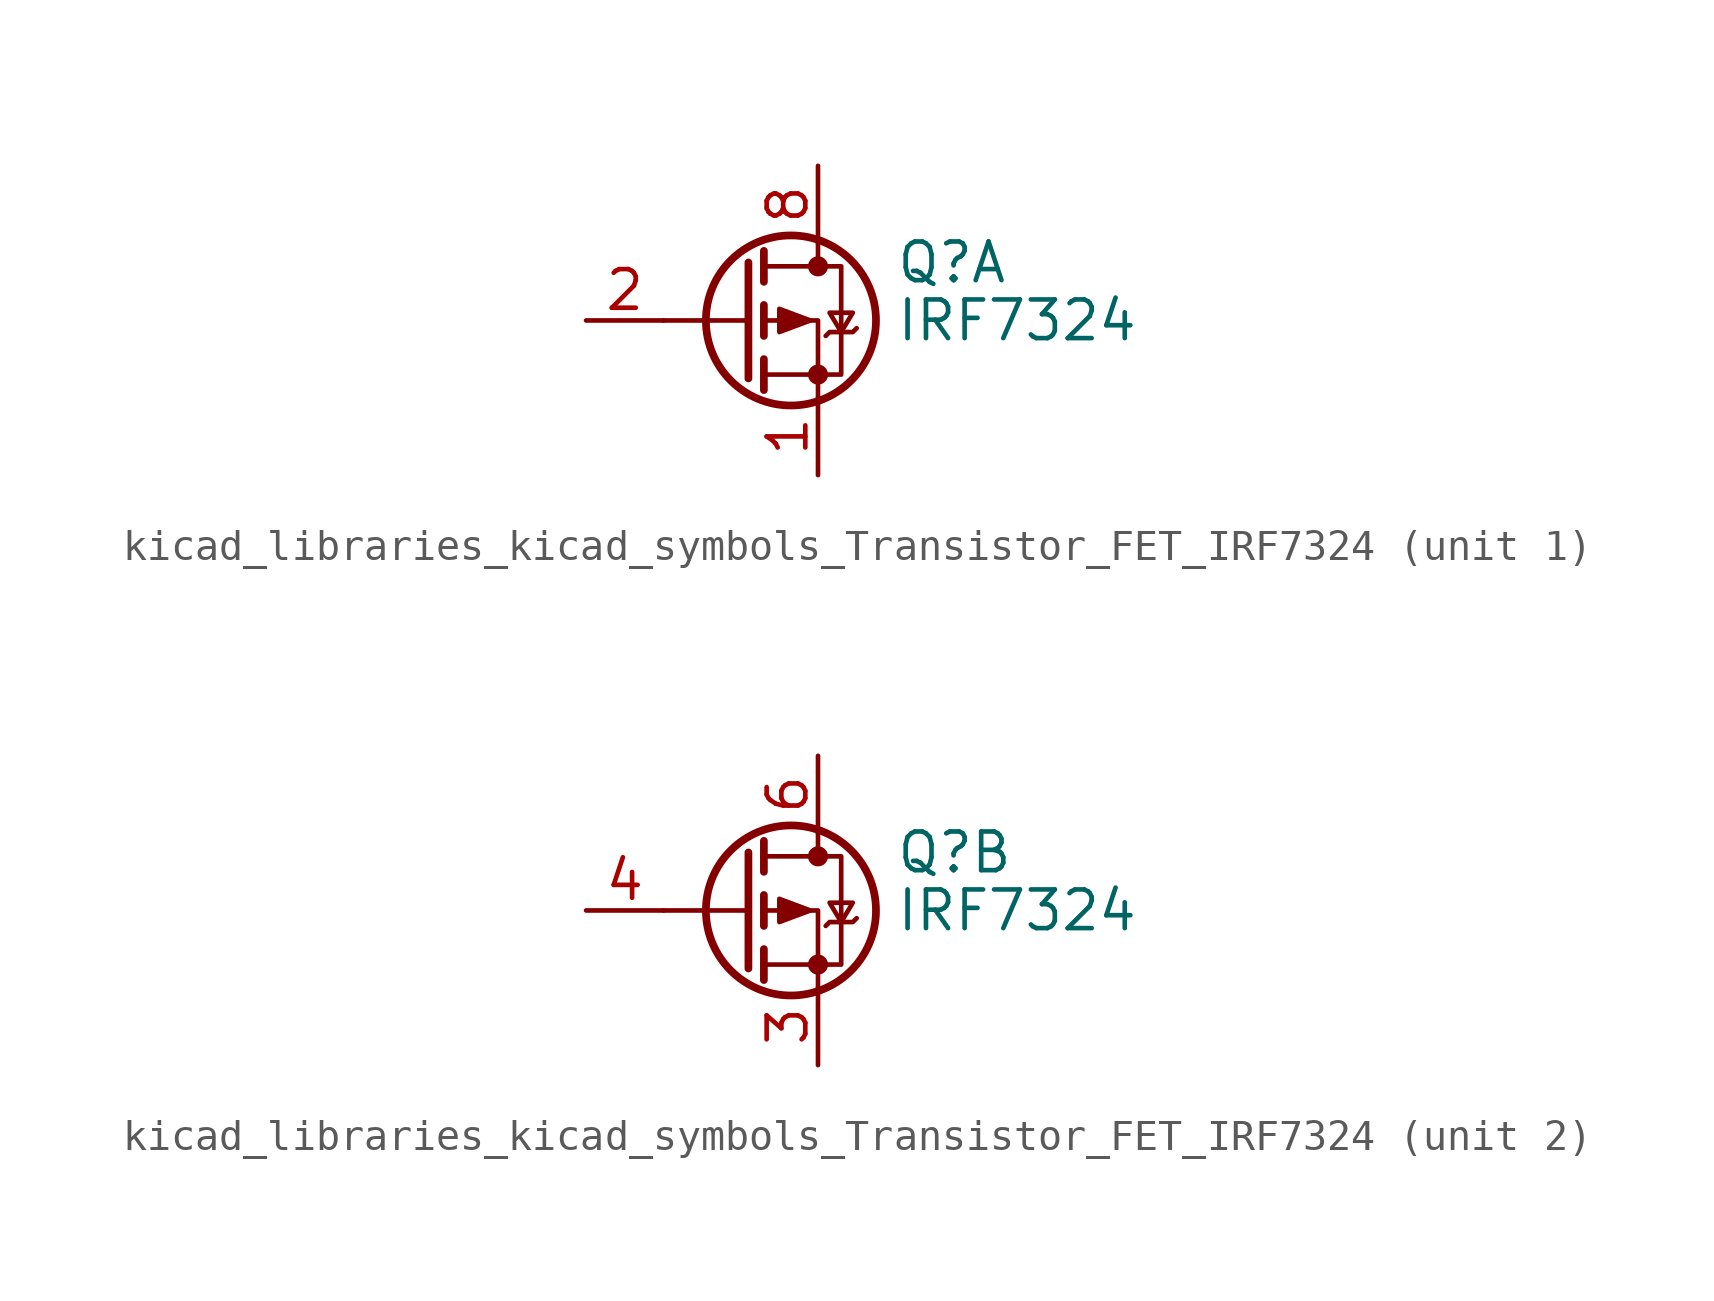
<source format=kicad_sym>
(kicad_symbol_lib
  (version 20220914)
  (generator kicad_symbol_editor)
  (symbol "kicad_libraries_kicad_symbols_Transistor_FET_IRF7324"
    (pin_names hide)
    (property "Reference" "Q"
      (at 5.08 1.905 0)
      (effects (font (size 1.27 1.27)) (justify left)))
    (property "Value" "IRF7324"
      (at 5.08 0 0)
      (effects (font (size 1.27 1.27)) (justify left)))
    (symbol "kicad_libraries_kicad_symbols_Transistor_FET_IRF7324_0_1"
      (polyline (pts (xy 0.254 0) (xy -2.54 0)) (stroke (width 0) (type default)) (fill (type none)))
      (polyline (pts (xy 0.254 1.905) (xy 0.254 -1.905)) (stroke (width 0.254) (type default)) (fill (type none)))
      (polyline (pts (xy 0.762 -1.27) (xy 0.762 -2.286)) (stroke (width 0.254) (type default)) (fill (type none)))
      (polyline (pts (xy 0.762 0.508) (xy 0.762 -0.508)) (stroke (width 0.254) (type default)) (fill (type none)))
      (polyline (pts (xy 0.762 2.286) (xy 0.762 1.27)) (stroke (width 0.254) (type default)) (fill (type none)))
      (polyline (pts (xy 2.54 2.54) (xy 2.54 1.778)) (stroke (width 0) (type default)) (fill (type none)))
      (polyline (pts (xy 2.54 -2.54) (xy 2.54 0) (xy 0.762 0)) (stroke (width 0) (type default)) (fill (type none)))
      (polyline (pts (xy 0.762 1.778) (xy 3.302 1.778) (xy 3.302 -1.778) (xy 0.762 -1.778)) (stroke (width 0) (type default)) (fill (type none)))
      (polyline (pts (xy 2.286 0) (xy 1.27 0.381) (xy 1.27 -0.381) (xy 2.286 0)) (stroke (width 0) (type default)) (fill (type outline)))
      (polyline (pts (xy 2.794 -0.508) (xy 2.921 -0.381) (xy 3.683 -0.381) (xy 3.81 -0.254)) (stroke (width 0) (type default)) (fill (type none)))
      (polyline (pts (xy 3.302 -0.381) (xy 2.921 0.254) (xy 3.683 0.254) (xy 3.302 -0.381)) (stroke (width 0) (type default)) (fill (type none)))
      (circle (center 1.651 0) (radius 2.794) (stroke (width 0.254) (type default)) (fill (type none)))
      (circle (center 2.54 -1.778) (radius 0.254) (stroke (width 0) (type default)) (fill (type outline)))
      (circle (center 2.54 1.778) (radius 0.254) (stroke (width 0) (type default)) (fill (type outline))))
    (symbol "kicad_libraries_kicad_symbols_Transistor_FET_IRF7324_1_1"
      (pin passive line (at 2.54 -5.08 90) (length 2.54) (name "S1" (effects (font (size 1.27 1.27)))) (number "1" (effects (font (size 1.27 1.27)))))
      (pin input line (at -5.08 0 0) (length 2.54) (name "G1" (effects (font (size 1.27 1.27)))) (number "2" (effects (font (size 1.27 1.27)))))
      (pin passive line (at 2.54 5.08 270) (length 2.54) hide (name "D1" (effects (font (size 1.27 1.27)))) (number "7" (effects (font (size 1.27 1.27)))))
      (pin passive line (at 2.54 5.08 270) (length 2.54) (name "D1" (effects (font (size 1.27 1.27)))) (number "8" (effects (font (size 1.27 1.27))))))
    (symbol "kicad_libraries_kicad_symbols_Transistor_FET_IRF7324_2_1"
      (pin passive line (at 2.54 -5.08 90) (length 2.54) (name "S2" (effects (font (size 1.27 1.27)))) (number "3" (effects (font (size 1.27 1.27)))))
      (pin input line (at -5.08 0 0) (length 2.54) (name "G2" (effects (font (size 1.27 1.27)))) (number "4" (effects (font (size 1.27 1.27)))))
      (pin passive line (at 2.54 5.08 270) (length 2.54) hide (name "D2" (effects (font (size 1.27 1.27)))) (number "5" (effects (font (size 1.27 1.27)))))
      (pin passive line (at 2.54 5.08 270) (length 2.54) (name "D2" (effects (font (size 1.27 1.27)))) (number "6" (effects (font (size 1.27 1.27))))))))
</source>
